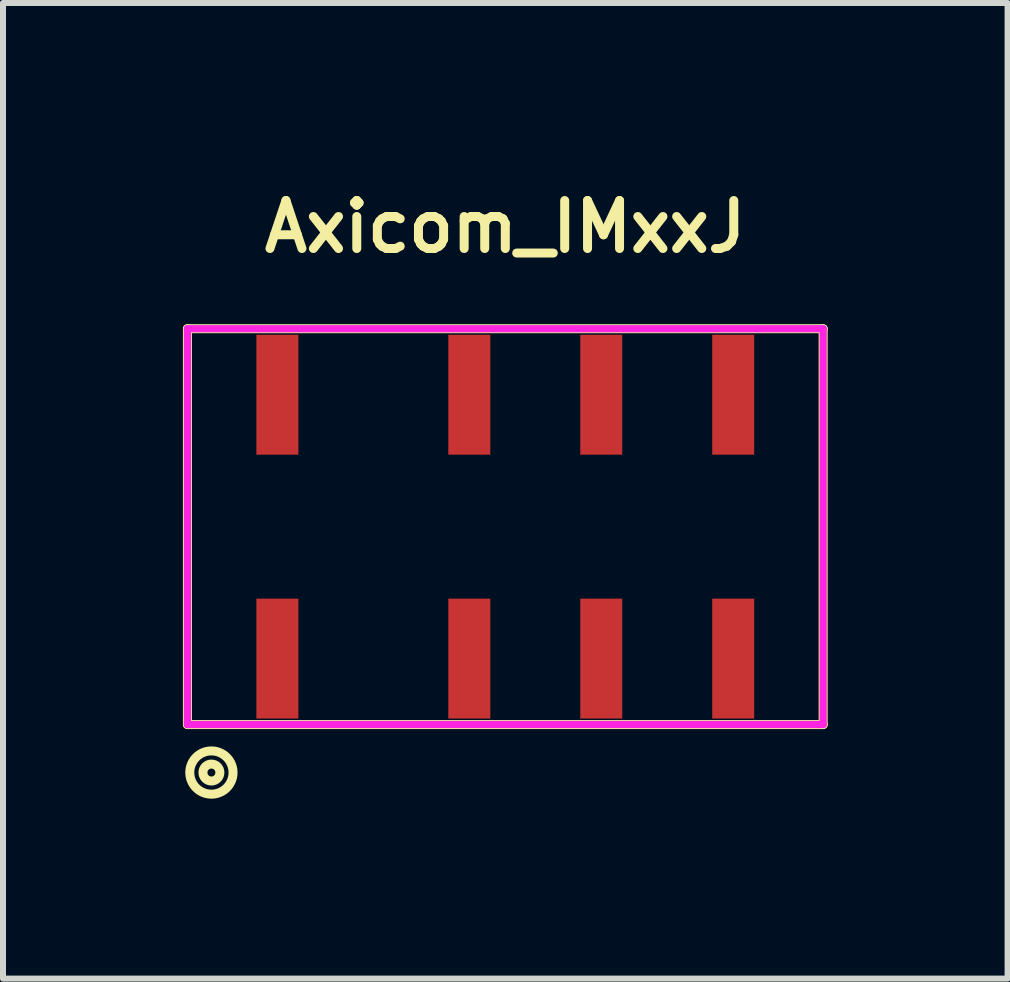
<source format=kicad_pcb>
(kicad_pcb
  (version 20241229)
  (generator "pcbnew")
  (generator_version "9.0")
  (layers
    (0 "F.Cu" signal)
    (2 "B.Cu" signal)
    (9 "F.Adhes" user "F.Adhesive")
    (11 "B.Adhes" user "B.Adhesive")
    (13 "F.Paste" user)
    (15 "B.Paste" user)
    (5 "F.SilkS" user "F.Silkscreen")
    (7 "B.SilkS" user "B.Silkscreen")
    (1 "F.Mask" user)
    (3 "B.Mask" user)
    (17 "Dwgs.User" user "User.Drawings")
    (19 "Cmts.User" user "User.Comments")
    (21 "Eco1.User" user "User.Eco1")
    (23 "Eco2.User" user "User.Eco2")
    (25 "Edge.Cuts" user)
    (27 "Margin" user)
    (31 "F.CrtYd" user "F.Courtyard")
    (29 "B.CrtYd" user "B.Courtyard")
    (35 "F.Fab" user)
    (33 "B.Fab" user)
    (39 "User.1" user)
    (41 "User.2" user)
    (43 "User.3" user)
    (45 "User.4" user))
  (footprint "Axicom_IMxxJ"
    (layer "F.Cu")
    (at 5.375 5.731)
    (property "Reference" "Axicom_IMxxJ" (at 0 -5 0) (layer "F.SilkS") (effects (font (size 0.8 0.8) (thickness 0.15))))
    (attr through_hole)
    (fp_line (start -5.3 -3.3) (end 5.3 -3.3) (stroke (width 0.15) (type solid)) (layer "F.SilkS"))
    (fp_line (start -5.3 3.3) (end -5.3 -3.3) (stroke (width 0.15) (type solid)) (layer "F.SilkS"))
    (fp_line (start 5.3 -3.3) (end 5.3 3.3) (stroke (width 0.15) (type solid)) (layer "F.SilkS"))
    (fp_line (start 5.3 3.3) (end -5.3 3.3) (stroke (width 0.15) (type solid)) (layer "F.SilkS"))
    (fp_circle (center -4.9 4.1) (end -4.8 4.2) (stroke (width 0.15) (type solid)) (fill no) (layer "F.SilkS"))
    (fp_circle (center -4.9 4.1) (end -4.6 4.3) (stroke (width 0.15) (type solid)) (fill no) (layer "F.SilkS"))
    (fp_line (start -5.3 -3.3) (end 5.3 -3.3) (stroke (width 0.12) (type solid)) (layer "F.CrtYd"))
    (fp_line (start -5.3 3.3) (end -5.3 -3.3) (stroke (width 0.12) (type solid)) (layer "F.CrtYd"))
    (fp_line (start 5.3 -3.3) (end 5.3 3.3) (stroke (width 0.12) (type solid)) (layer "F.CrtYd"))
    (fp_line (start 5.3 3.3) (end -5.3 3.3) (stroke (width 0.12) (type solid)) (layer "F.CrtYd"))
    (pad "1" smd rect (at -3.8 2.2) (size 0.7 2) (layers "F.Cu" "F.Mask" "F.Paste"))
    (pad "2" smd rect (at -0.6 2.2) (size 0.7 2) (layers "F.Cu" "F.Mask" "F.Paste"))
    (pad "3" smd rect (at 1.6 2.2) (size 0.7 2) (layers "F.Cu" "F.Mask" "F.Paste"))
    (pad "4" smd rect (at 3.8 2.2) (size 0.7 2) (layers "F.Cu" "F.Mask" "F.Paste"))
    (pad "5" smd rect (at 3.8 -2.2) (size 0.7 2) (layers "F.Cu" "F.Mask" "F.Paste"))
    (pad "6" smd rect (at 1.6 -2.2) (size 0.7 2) (layers "F.Cu" "F.Mask" "F.Paste"))
    (pad "7" smd rect (at -0.6 -2.2) (size 0.7 2) (layers "F.Cu" "F.Mask" "F.Paste"))
    (pad "8" smd rect (at -3.8 -2.2) (size 0.7 2) (layers "F.Cu" "F.Mask" "F.Paste")))
  (gr_rect
    (start -3 -3)
    (end 13.75 13.267)
    (stroke (width 0.1) (type default))
    (fill no)
    (layer "Edge.Cuts")))
</source>
